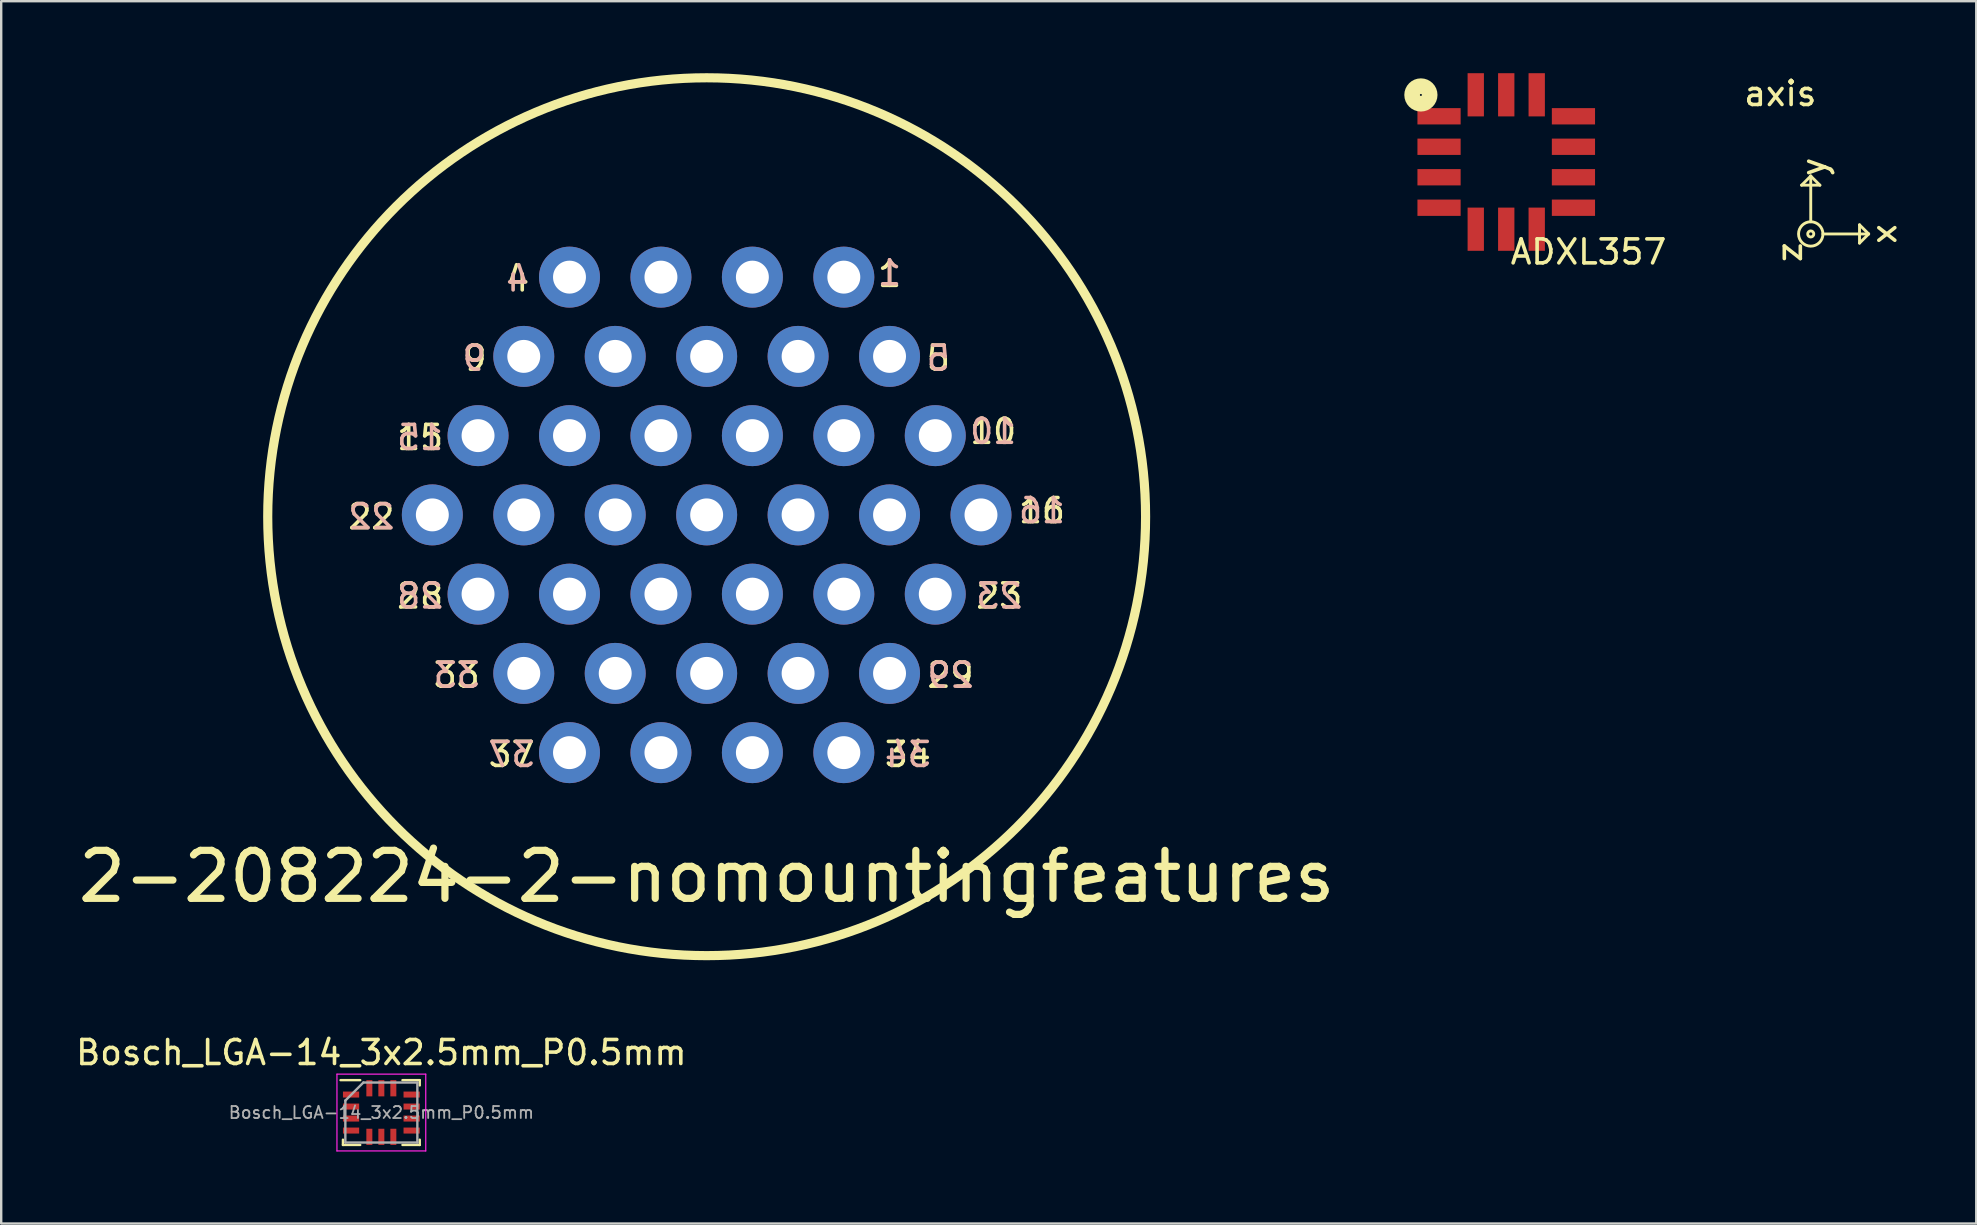
<source format=kicad_pcb>
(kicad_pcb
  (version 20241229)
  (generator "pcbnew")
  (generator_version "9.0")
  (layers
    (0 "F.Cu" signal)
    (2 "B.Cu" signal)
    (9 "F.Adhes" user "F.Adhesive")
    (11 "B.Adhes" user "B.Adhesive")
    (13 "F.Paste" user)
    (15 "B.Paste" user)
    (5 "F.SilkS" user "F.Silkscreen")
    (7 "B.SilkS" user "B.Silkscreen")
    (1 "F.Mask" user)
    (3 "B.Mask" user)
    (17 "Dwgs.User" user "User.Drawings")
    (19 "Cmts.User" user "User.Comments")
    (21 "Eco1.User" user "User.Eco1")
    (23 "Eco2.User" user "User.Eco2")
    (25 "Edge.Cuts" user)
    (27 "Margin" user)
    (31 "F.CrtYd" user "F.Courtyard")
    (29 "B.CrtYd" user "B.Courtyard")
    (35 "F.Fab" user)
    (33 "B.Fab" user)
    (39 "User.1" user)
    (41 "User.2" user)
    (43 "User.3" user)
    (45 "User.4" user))
  (footprint "ADXL357"
    (layer "F.Cu")
    (at 59.708 3.7)
    (property "Reference" "ADXL357" (at 3.429 3.747 180) (layer "F.SilkS") (effects (font (size 1 1) (thickness 0.15))))
    (attr through_hole)
    (fp_circle (center -3.556 -2.794) (end -3.523 -2.769) (stroke (width 0.65) (type solid)) (fill no) (layer "F.SilkS"))
    (pad "1" smd rect (at -2.8 -1.905) (size 1.8 0.68) (layers "F.Cu" "F.Mask" "F.Paste"))
    (pad "2" smd rect (at -2.8 -0.635) (size 1.8 0.68) (layers "F.Cu" "F.Mask" "F.Paste"))
    (pad "3" smd rect (at -2.8 0.635) (size 1.8 0.68) (layers "F.Cu" "F.Mask" "F.Paste"))
    (pad "4" smd rect (at -2.8 1.905) (size 1.8 0.68) (layers "F.Cu" "F.Mask" "F.Paste"))
    (pad "5" smd rect (at -1.27 2.8) (size 0.68 1.8) (layers "F.Cu" "F.Mask" "F.Paste"))
    (pad "6" smd rect (at 0 2.8) (size 0.68 1.8) (layers "F.Cu" "F.Mask" "F.Paste"))
    (pad "7" smd rect (at 1.27 2.8) (size 0.68 1.8) (layers "F.Cu" "F.Mask" "F.Paste"))
    (pad "8" smd rect (at 2.8 1.905) (size 1.8 0.68) (layers "F.Cu" "F.Mask" "F.Paste"))
    (pad "9" smd rect (at 2.8 0.635) (size 1.8 0.68) (layers "F.Cu" "F.Mask" "F.Paste"))
    (pad "10" smd rect (at 2.8 -0.635) (size 1.8 0.68) (layers "F.Cu" "F.Mask" "F.Paste"))
    (pad "11" smd rect (at 2.8 -1.905) (size 1.8 0.68) (layers "F.Cu" "F.Mask" "F.Paste"))
    (pad "12" smd rect (at 1.27 -2.8) (size 0.68 1.8) (layers "F.Cu" "F.Mask" "F.Paste"))
    (pad "13" smd rect (at 0 -2.8) (size 0.68 1.8) (layers "F.Cu" "F.Mask" "F.Paste"))
    (pad "14" smd rect (at -1.27 -2.8) (size 0.68 1.8) (layers "F.Cu" "F.Mask" "F.Paste")))
  (footprint "Bosch_LGA-14_3x2.5mm_P0.5mm"
    (layer "F.Cu")
    (at 12.839 43.305)
    (property "Reference" "Bosch_LGA-14_3x2.5mm_P0.5mm" (at 0 -2.5 0) (layer "F.SilkS") (effects (font (size 1 1) (thickness 0.15))))
    (attr smd)
    (fp_line (start -1.7 -1.35) (end -0.88 -1.35) (stroke (width 0.1) (type solid)) (layer "F.SilkS"))
    (fp_line (start -1.6 1.35) (end -1.6 1.13) (stroke (width 0.1) (type solid)) (layer "F.SilkS"))
    (fp_line (start -1.6 1.35) (end -0.88 1.35) (stroke (width 0.1) (type solid)) (layer "F.SilkS"))
    (fp_line (start 0.88 -1.35) (end 1.6 -1.35) (stroke (width 0.1) (type solid)) (layer "F.SilkS"))
    (fp_line (start 1.6 -1.35) (end 1.6 -1.13) (stroke (width 0.1) (type solid)) (layer "F.SilkS"))
    (fp_line (start 1.6 1.13) (end 1.6 1.35) (stroke (width 0.1) (type solid)) (layer "F.SilkS"))
    (fp_line (start 1.6 1.35) (end 0.88 1.35) (stroke (width 0.1) (type solid)) (layer "F.SilkS"))
    (fp_line (start -1.85 -1.6) (end 1.85 -1.6) (stroke (width 0.05) (type solid)) (layer "F.CrtYd"))
    (fp_line (start -1.85 1.6) (end -1.85 -1.6) (stroke (width 0.05) (type solid)) (layer "F.CrtYd"))
    (fp_line (start 1.85 -1.6) (end 1.85 1.6) (stroke (width 0.05) (type solid)) (layer "F.CrtYd"))
    (fp_line (start 1.85 1.6) (end -1.85 1.6) (stroke (width 0.05) (type solid)) (layer "F.CrtYd"))
    (fp_line (start -1.5 1.25) (end -1.5 -0.5) (stroke (width 0.1) (type solid)) (layer "F.Fab"))
    (fp_line (start -0.75 -1.25) (end -1.5 -0.5) (stroke (width 0.1) (type solid)) (layer "F.Fab"))
    (fp_line (start -0.75 -1.25) (end 1.5 -1.25) (stroke (width 0.1) (type solid)) (layer "F.Fab"))
    (fp_line (start 1.5 -1.25) (end 1.5 1.25) (stroke (width 0.1) (type solid)) (layer "F.Fab"))
    (fp_line (start 1.5 1.25) (end -1.5 1.25) (stroke (width 0.1) (type solid)) (layer "F.Fab"))
    (fp_text user "${REFERENCE}" (at 0 0 0) (layer "F.Fab") (effects (font (size 0.5 0.5) (thickness 0.075))))
    (pad "1" smd rect (at -1.262 -0.75) (size 0.675 0.25) (layers "F.Cu" "F.Mask" "F.Paste"))
    (pad "2" smd rect (at -1.262 -0.25) (size 0.675 0.25) (layers "F.Cu" "F.Mask" "F.Paste"))
    (pad "3" smd rect (at -1.262 0.25) (size 0.675 0.25) (layers "F.Cu" "F.Mask" "F.Paste"))
    (pad "4" smd rect (at -1.262 0.75) (size 0.675 0.25) (layers "F.Cu" "F.Mask" "F.Paste"))
    (pad "5" smd rect (at -0.5 1.012) (size 0.25 0.675) (layers "F.Cu" "F.Mask" "F.Paste"))
    (pad "6" smd rect (at 0 1.012) (size 0.25 0.675) (layers "F.Cu" "F.Mask" "F.Paste"))
    (pad "7" smd rect (at 0.5 1.012) (size 0.25 0.675) (layers "F.Cu" "F.Mask" "F.Paste"))
    (pad "8" smd rect (at 1.262 0.75) (size 0.675 0.25) (layers "F.Cu" "F.Mask" "F.Paste"))
    (pad "9" smd rect (at 1.262 0.25) (size 0.675 0.25) (layers "F.Cu" "F.Mask" "F.Paste"))
    (pad "10" smd rect (at 1.262 -0.25) (size 0.675 0.25) (layers "F.Cu" "F.Mask" "F.Paste"))
    (pad "11" smd rect (at 1.262 -0.75) (size 0.675 0.25) (layers "F.Cu" "F.Mask" "F.Paste"))
    (pad "12" smd rect (at 0.5 -1.012) (size 0.25 0.675) (layers "F.Cu" "F.Mask" "F.Paste"))
    (pad "13" smd rect (at 0 -1.012) (size 0.25 0.675) (layers "F.Cu" "F.Mask" "F.Paste"))
    (pad "14" smd rect (at -0.5 -1.012) (size 0.25 0.675) (layers "F.Cu" "F.Mask" "F.Paste")))
  (footprint "axis"
    (layer "F.Cu")
    (at 71.125 0.348)
    (property "Reference" "axis" (at 0 0.5 180) (layer "F.SilkS") (effects (font (size 1 1) (thickness 0.15))))
    (attr through_hole)
    (fp_line (start 0.889 4.318) (end 1.651 4.318) (stroke (width 0.12) (type solid)) (layer "F.SilkS"))
    (fp_line (start 1.27 3.937) (end 0.889 4.318) (stroke (width 0.12) (type solid)) (layer "F.SilkS"))
    (fp_line (start 1.27 5.842) (end 1.27 3.937) (stroke (width 0.12) (type solid)) (layer "F.SilkS"))
    (fp_line (start 1.651 4.318) (end 1.27 3.937) (stroke (width 0.12) (type solid)) (layer "F.SilkS"))
    (fp_line (start 1.778 6.35) (end 3.683 6.35) (stroke (width 0.12) (type solid)) (layer "F.SilkS"))
    (fp_line (start 3.302 5.969) (end 3.302 6.731) (stroke (width 0.12) (type solid)) (layer "F.SilkS"))
    (fp_line (start 3.302 6.731) (end 3.683 6.35) (stroke (width 0.12) (type solid)) (layer "F.SilkS"))
    (fp_line (start 3.683 6.35) (end 3.302 5.969) (stroke (width 0.12) (type solid)) (layer "F.SilkS"))
    (fp_circle (center 1.27 6.35) (end 1.397 6.35) (stroke (width 0.12) (type solid)) (fill no) (layer "F.SilkS"))
    (fp_circle (center 1.27 6.35) (end 1.778 6.35) (stroke (width 0.12) (type solid)) (fill no) (layer "F.SilkS"))
    (fp_text user "y" (at 1.397 3.556 90) (layer "F.SilkS") (effects (font (size 1 1) (thickness 0.15))))
    (fp_text user "z" (at 0.381 7.112 90) (layer "F.SilkS") (effects (font (size 1 1) (thickness 0.15))))
    (fp_text user "x" (at 4.318 6.35 90) (layer "F.SilkS") (effects (font (size 1 1) (thickness 0.15)))))
  (footprint "2-208224-2-nomountingfeatures"
    (layer "F.Cu")
    (at 26.393 17.971)
    (property "Reference" "2-208224-2-nomountingfeatures" (at 0 15.5 0) (layer "F.SilkS") (effects (font (size 2 2) (thickness 0.3))))
    (attr through_hole)
    (fp_circle (center 0 0.508) (end 18.288 0.508) (stroke (width 0.381) (type solid)) (fill no) (layer "F.SilkS"))
    (fp_text user "16" (at 13.97 0.254 0) (layer "F.SilkS") (effects (font (size 1 1) (thickness 0.15))))
    (fp_text user "34" (at 8.382 10.414 0) (layer "F.SilkS") (effects (font (size 1 1) (thickness 0.15))))
    (fp_text user "10" (at 11.938 -3.048 0) (layer "F.SilkS") (effects (font (size 1 1) (thickness 0.15))))
    (fp_text user "5" (at 9.652 -6.096 0) (layer "F.SilkS") (effects (font (size 1 1) (thickness 0.15))))
    (fp_text user "1" (at 7.62 -9.588 0) (layer "F.SilkS") (effects (font (size 1 1) (thickness 0.15))))
    (fp_text user "33" (at -10.414 7.112 0) (layer "F.SilkS") (effects (font (size 1 1) (thickness 0.15))))
    (fp_text user "28" (at -11.938 3.81 0) (layer "F.SilkS") (effects (font (size 1 1) (thickness 0.15))))
    (fp_text user "22" (at -13.97 0.508 0) (layer "F.SilkS") (effects (font (size 1 1) (thickness 0.15))))
    (fp_text user "37" (at -8.128 10.414 0) (layer "F.SilkS") (effects (font (size 1 1) (thickness 0.15))))
    (fp_text user "9" (at -9.652 -6.096 0) (layer "F.SilkS") (effects (font (size 1 1) (thickness 0.15))))
    (fp_text user "4" (at -7.874 -9.398 0) (layer "F.SilkS") (effects (font (size 1 1) (thickness 0.15))))
    (fp_text user "29" (at 10.16 7.112 0) (layer "F.SilkS") (effects (font (size 1 1) (thickness 0.15))))
    (fp_text user "15" (at -11.938 -2.794 0) (layer "F.SilkS") (effects (font (size 1 1) (thickness 0.15))))
    (fp_text user "23" (at 12.192 3.81 0) (layer "F.SilkS") (effects (font (size 1 1) (thickness 0.15))))
    (fp_text user "10" (at 11.938 -3.048 180) (layer "B.SilkS") (effects (font (size 1 1) (thickness 0.15)) (justify mirror)))
    (fp_text user "33" (at -10.414 7.112 180) (layer "B.SilkS") (effects (font (size 1 1) (thickness 0.15)) (justify mirror)))
    (fp_text user "37" (at -8.128 10.414 180) (layer "B.SilkS") (effects (font (size 1 1) (thickness 0.15)) (justify mirror)))
    (fp_text user "34" (at 8.382 10.414 180) (layer "B.SilkS") (effects (font (size 1 1) (thickness 0.15)) (justify mirror)))
    (fp_text user "22" (at -13.97 0.508 180) (layer "B.SilkS") (effects (font (size 1 1) (thickness 0.15)) (justify mirror)))
    (fp_text user "9" (at -9.688 -6.096 180) (layer "B.SilkS") (effects (font (size 1 1) (thickness 0.15)) (justify mirror)))
    (fp_text user "28" (at -11.938 3.81 180) (layer "B.SilkS") (effects (font (size 1 1) (thickness 0.15)) (justify mirror)))
    (fp_text user "15" (at -11.938 -2.794 180) (layer "B.SilkS") (effects (font (size 1 1) (thickness 0.15)) (justify mirror)))
    (fp_text user "23" (at 12.192 3.81 180) (layer "B.SilkS") (effects (font (size 1 1) (thickness 0.15)) (justify mirror)))
    (fp_text user "16" (at 13.97 0.254 180) (layer "B.SilkS") (effects (font (size 1 1) (thickness 0.15)) (justify mirror)))
    (fp_text user "29" (at 10.16 7.112 180) (layer "B.SilkS") (effects (font (size 1 1) (thickness 0.15)) (justify mirror)))
    (fp_text user "4" (at -7.874 -9.398 180) (layer "B.SilkS") (effects (font (size 1 1) (thickness 0.15)) (justify mirror)))
    (fp_text user "5" (at 9.652 -6.096 180) (layer "B.SilkS") (effects (font (size 1 1) (thickness 0.15)) (justify mirror)))
    (fp_text user "1" (at 7.62 -9.652 180) (layer "B.SilkS") (effects (font (size 1 1) (thickness 0.15)) (justify mirror)))
    (pad "1" thru_hole circle (at 5.715 -9.474) (size 2.54 2.54) (drill 1.372) (layers "*.Cu" "*.Mask"))
    (pad "2" thru_hole circle (at 1.905 -9.474) (size 2.54 2.54) (drill 1.372) (layers "*.Cu" "*.Mask"))
    (pad "3" thru_hole circle (at -1.905 -9.474) (size 2.54 2.54) (drill 1.372) (layers "*.Cu" "*.Mask"))
    (pad "4" thru_hole circle (at -5.715 -9.474) (size 2.54 2.54) (drill 1.372) (layers "*.Cu" "*.Mask"))
    (pad "5" thru_hole circle (at 7.62 -6.172) (size 2.54 2.54) (drill 1.372) (layers "*.Cu" "*.Mask"))
    (pad "6" thru_hole circle (at 3.81 -6.172) (size 2.54 2.54) (drill 1.372) (layers "*.Cu" "*.Mask"))
    (pad "7" thru_hole circle (at 0 -6.172) (size 2.54 2.54) (drill 1.372) (layers "*.Cu" "*.Mask"))
    (pad "8" thru_hole circle (at -3.81 -6.172) (size 2.54 2.54) (drill 1.372) (layers "*.Cu" "*.Mask"))
    (pad "9" thru_hole circle (at -7.62 -6.172) (size 2.54 2.54) (drill 1.372) (layers "*.Cu" "*.Mask"))
    (pad "10" thru_hole circle (at 9.525 -2.87) (size 2.54 2.54) (drill 1.372) (layers "*.Cu" "*.Mask"))
    (pad "11" thru_hole circle (at 5.715 -2.87) (size 2.54 2.54) (drill 1.372) (layers "*.Cu" "*.Mask"))
    (pad "12" thru_hole circle (at 1.905 -2.87) (size 2.54 2.54) (drill 1.372) (layers "*.Cu" "*.Mask"))
    (pad "13" thru_hole circle (at -1.905 -2.87) (size 2.54 2.54) (drill 1.372) (layers "*.Cu" "*.Mask"))
    (pad "14" thru_hole circle (at -5.715 -2.87) (size 2.54 2.54) (drill 1.372) (layers "*.Cu" "*.Mask"))
    (pad "15" thru_hole circle (at -9.525 -2.87) (size 2.54 2.54) (drill 1.372) (layers "*.Cu" "*.Mask"))
    (pad "16" thru_hole circle (at 11.43 0.432) (size 2.54 2.54) (drill 1.372) (layers "*.Cu" "*.Mask"))
    (pad "17" thru_hole circle (at 7.62 0.432) (size 2.54 2.54) (drill 1.372) (layers "*.Cu" "*.Mask"))
    (pad "18" thru_hole circle (at 3.81 0.432) (size 2.54 2.54) (drill 1.372) (layers "*.Cu" "*.Mask"))
    (pad "19" thru_hole circle (at 0 0.432) (size 2.54 2.54) (drill 1.372) (layers "*.Cu" "*.Mask"))
    (pad "20" thru_hole circle (at -3.81 0.432) (size 2.54 2.54) (drill 1.372) (layers "*.Cu" "*.Mask"))
    (pad "21" thru_hole circle (at -7.62 0.432) (size 2.54 2.54) (drill 1.372) (layers "*.Cu" "*.Mask"))
    (pad "22" thru_hole circle (at -11.43 0.432) (size 2.54 2.54) (drill 1.372) (layers "*.Cu" "*.Mask"))
    (pad "23" thru_hole circle (at 9.525 3.734 180) (size 2.54 2.54) (drill 1.372) (layers "*.Cu" "*.Mask"))
    (pad "24" thru_hole circle (at 5.715 3.734 180) (size 2.54 2.54) (drill 1.372) (layers "*.Cu" "*.Mask"))
    (pad "25" thru_hole circle (at 1.905 3.734 180) (size 2.54 2.54) (drill 1.372) (layers "*.Cu" "*.Mask"))
    (pad "26" thru_hole circle (at -1.905 3.734 180) (size 2.54 2.54) (drill 1.372) (layers "*.Cu" "*.Mask"))
    (pad "27" thru_hole circle (at -5.715 3.734 180) (size 2.54 2.54) (drill 1.372) (layers "*.Cu" "*.Mask"))
    (pad "28" thru_hole circle (at -9.525 3.734 180) (size 2.54 2.54) (drill 1.372) (layers "*.Cu" "*.Mask"))
    (pad "29" thru_hole circle (at 7.62 7.036 180) (size 2.54 2.54) (drill 1.372) (layers "*.Cu" "*.Mask"))
    (pad "30" thru_hole circle (at 3.81 7.036 180) (size 2.54 2.54) (drill 1.372) (layers "*.Cu" "*.Mask"))
    (pad "31" thru_hole circle (at 0 7.036 180) (size 2.54 2.54) (drill 1.372) (layers "*.Cu" "*.Mask"))
    (pad "32" thru_hole circle (at -3.81 7.036 180) (size 2.54 2.54) (drill 1.372) (layers "*.Cu" "*.Mask"))
    (pad "33" thru_hole circle (at -7.62 7.036 180) (size 2.54 2.54) (drill 1.372) (layers "*.Cu" "*.Mask"))
    (pad "34" thru_hole circle (at 5.715 10.338 180) (size 2.54 2.54) (drill 1.372) (layers "*.Cu" "*.Mask"))
    (pad "35" thru_hole circle (at 1.905 10.338 180) (size 2.54 2.54) (drill 1.372) (layers "*.Cu" "*.Mask"))
    (pad "36" thru_hole circle (at -1.905 10.338 180) (size 2.54 2.54) (drill 1.372) (layers "*.Cu" "*.Mask"))
    (pad "37" thru_hole circle (at -5.715 10.338 180) (size 2.54 2.54) (drill 1.372) (layers "*.Cu" "*.Mask")))
  (gr_rect
    (start -3 -3)
    (end 79.291 47.93)
    (stroke (width 0.1) (type default))
    (fill no)
    (layer "Edge.Cuts")))
</source>
